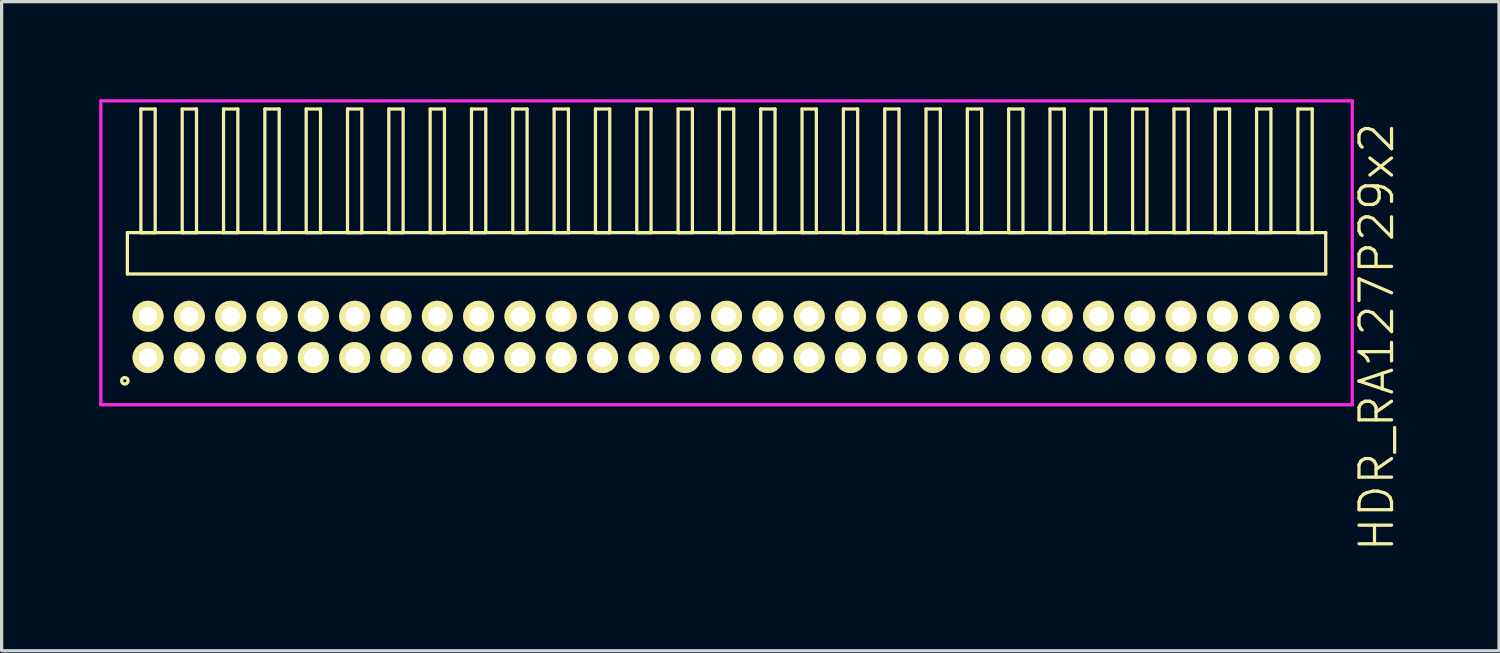
<source format=kicad_pcb>
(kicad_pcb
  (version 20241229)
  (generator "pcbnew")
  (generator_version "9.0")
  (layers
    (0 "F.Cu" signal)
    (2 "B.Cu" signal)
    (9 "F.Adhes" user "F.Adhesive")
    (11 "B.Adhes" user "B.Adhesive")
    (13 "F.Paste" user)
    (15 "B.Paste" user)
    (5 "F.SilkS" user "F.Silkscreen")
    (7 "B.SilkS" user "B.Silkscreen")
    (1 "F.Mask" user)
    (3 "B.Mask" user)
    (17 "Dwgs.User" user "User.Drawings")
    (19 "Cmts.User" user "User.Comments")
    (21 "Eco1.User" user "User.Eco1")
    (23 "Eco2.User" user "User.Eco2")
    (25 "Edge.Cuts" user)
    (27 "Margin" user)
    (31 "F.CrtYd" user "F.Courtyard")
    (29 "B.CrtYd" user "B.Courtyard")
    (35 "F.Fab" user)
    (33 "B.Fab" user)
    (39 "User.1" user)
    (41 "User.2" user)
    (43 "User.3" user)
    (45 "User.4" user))
  (footprint "HDR_RA127P29x2"
    (layer "F.Cu")
    (at 19.28 7.305)
    (property "Reference" "HDR_RA127P29x2" (at 19.98 0 90) (layer "F.SilkS") (effects (font (size 1 1) (thickness 0.1))))
    (attr through_hole)
    (fp_line (start -18.415 -3.205) (end -18.415 -1.935) (stroke (width 0.1) (type solid)) (layer "F.SilkS"))
    (fp_line (start -18.415 -1.935) (end 18.415 -1.935) (stroke (width 0.1) (type solid)) (layer "F.SilkS"))
    (fp_line (start -18 -7.005) (end -18 -3.205) (stroke (width 0.1) (type solid)) (layer "F.SilkS"))
    (fp_line (start -18 -3.205) (end -17.56 -3.205) (stroke (width 0.1) (type solid)) (layer "F.SilkS"))
    (fp_line (start -17.56 -7.005) (end -18 -7.005) (stroke (width 0.1) (type solid)) (layer "F.SilkS"))
    (fp_line (start -17.56 -3.205) (end -17.56 -7.005) (stroke (width 0.1) (type solid)) (layer "F.SilkS"))
    (fp_line (start -16.73 -7.005) (end -16.73 -3.205) (stroke (width 0.1) (type solid)) (layer "F.SilkS"))
    (fp_line (start -16.73 -3.205) (end -16.29 -3.205) (stroke (width 0.1) (type solid)) (layer "F.SilkS"))
    (fp_line (start -16.29 -7.005) (end -16.73 -7.005) (stroke (width 0.1) (type solid)) (layer "F.SilkS"))
    (fp_line (start -16.29 -3.205) (end -16.29 -7.005) (stroke (width 0.1) (type solid)) (layer "F.SilkS"))
    (fp_line (start -15.46 -7.005) (end -15.46 -3.205) (stroke (width 0.1) (type solid)) (layer "F.SilkS"))
    (fp_line (start -15.46 -3.205) (end -15.02 -3.205) (stroke (width 0.1) (type solid)) (layer "F.SilkS"))
    (fp_line (start -15.02 -7.005) (end -15.46 -7.005) (stroke (width 0.1) (type solid)) (layer "F.SilkS"))
    (fp_line (start -15.02 -3.205) (end -15.02 -7.005) (stroke (width 0.1) (type solid)) (layer "F.SilkS"))
    (fp_line (start -14.19 -7.005) (end -14.19 -3.205) (stroke (width 0.1) (type solid)) (layer "F.SilkS"))
    (fp_line (start -14.19 -3.205) (end -13.75 -3.205) (stroke (width 0.1) (type solid)) (layer "F.SilkS"))
    (fp_line (start -13.75 -7.005) (end -14.19 -7.005) (stroke (width 0.1) (type solid)) (layer "F.SilkS"))
    (fp_line (start -13.75 -3.205) (end -13.75 -7.005) (stroke (width 0.1) (type solid)) (layer "F.SilkS"))
    (fp_line (start -12.92 -7.005) (end -12.92 -3.205) (stroke (width 0.1) (type solid)) (layer "F.SilkS"))
    (fp_line (start -12.92 -3.205) (end -12.48 -3.205) (stroke (width 0.1) (type solid)) (layer "F.SilkS"))
    (fp_line (start -12.48 -7.005) (end -12.92 -7.005) (stroke (width 0.1) (type solid)) (layer "F.SilkS"))
    (fp_line (start -12.48 -3.205) (end -12.48 -7.005) (stroke (width 0.1) (type solid)) (layer "F.SilkS"))
    (fp_line (start -11.65 -7.005) (end -11.65 -3.205) (stroke (width 0.1) (type solid)) (layer "F.SilkS"))
    (fp_line (start -11.65 -3.205) (end -11.21 -3.205) (stroke (width 0.1) (type solid)) (layer "F.SilkS"))
    (fp_line (start -11.21 -7.005) (end -11.65 -7.005) (stroke (width 0.1) (type solid)) (layer "F.SilkS"))
    (fp_line (start -11.21 -3.205) (end -11.21 -7.005) (stroke (width 0.1) (type solid)) (layer "F.SilkS"))
    (fp_line (start -10.38 -7.005) (end -10.38 -3.205) (stroke (width 0.1) (type solid)) (layer "F.SilkS"))
    (fp_line (start -10.38 -3.205) (end -9.94 -3.205) (stroke (width 0.1) (type solid)) (layer "F.SilkS"))
    (fp_line (start -9.94 -7.005) (end -10.38 -7.005) (stroke (width 0.1) (type solid)) (layer "F.SilkS"))
    (fp_line (start -9.94 -3.205) (end -9.94 -7.005) (stroke (width 0.1) (type solid)) (layer "F.SilkS"))
    (fp_line (start -9.11 -7.005) (end -9.11 -3.205) (stroke (width 0.1) (type solid)) (layer "F.SilkS"))
    (fp_line (start -9.11 -3.205) (end -8.67 -3.205) (stroke (width 0.1) (type solid)) (layer "F.SilkS"))
    (fp_line (start -8.67 -7.005) (end -9.11 -7.005) (stroke (width 0.1) (type solid)) (layer "F.SilkS"))
    (fp_line (start -8.67 -3.205) (end -8.67 -7.005) (stroke (width 0.1) (type solid)) (layer "F.SilkS"))
    (fp_line (start -7.84 -7.005) (end -7.84 -3.205) (stroke (width 0.1) (type solid)) (layer "F.SilkS"))
    (fp_line (start -7.84 -3.205) (end -7.4 -3.205) (stroke (width 0.1) (type solid)) (layer "F.SilkS"))
    (fp_line (start -7.4 -7.005) (end -7.84 -7.005) (stroke (width 0.1) (type solid)) (layer "F.SilkS"))
    (fp_line (start -7.4 -3.205) (end -7.4 -7.005) (stroke (width 0.1) (type solid)) (layer "F.SilkS"))
    (fp_line (start -6.57 -7.005) (end -6.57 -3.205) (stroke (width 0.1) (type solid)) (layer "F.SilkS"))
    (fp_line (start -6.57 -3.205) (end -6.13 -3.205) (stroke (width 0.1) (type solid)) (layer "F.SilkS"))
    (fp_line (start -6.13 -7.005) (end -6.57 -7.005) (stroke (width 0.1) (type solid)) (layer "F.SilkS"))
    (fp_line (start -6.13 -3.205) (end -6.13 -7.005) (stroke (width 0.1) (type solid)) (layer "F.SilkS"))
    (fp_line (start -5.3 -7.005) (end -5.3 -3.205) (stroke (width 0.1) (type solid)) (layer "F.SilkS"))
    (fp_line (start -5.3 -3.205) (end -4.86 -3.205) (stroke (width 0.1) (type solid)) (layer "F.SilkS"))
    (fp_line (start -4.86 -7.005) (end -5.3 -7.005) (stroke (width 0.1) (type solid)) (layer "F.SilkS"))
    (fp_line (start -4.86 -3.205) (end -4.86 -7.005) (stroke (width 0.1) (type solid)) (layer "F.SilkS"))
    (fp_line (start -4.03 -7.005) (end -4.03 -3.205) (stroke (width 0.1) (type solid)) (layer "F.SilkS"))
    (fp_line (start -4.03 -3.205) (end -3.59 -3.205) (stroke (width 0.1) (type solid)) (layer "F.SilkS"))
    (fp_line (start -3.59 -7.005) (end -4.03 -7.005) (stroke (width 0.1) (type solid)) (layer "F.SilkS"))
    (fp_line (start -3.59 -3.205) (end -3.59 -7.005) (stroke (width 0.1) (type solid)) (layer "F.SilkS"))
    (fp_line (start -2.76 -7.005) (end -2.76 -3.205) (stroke (width 0.1) (type solid)) (layer "F.SilkS"))
    (fp_line (start -2.76 -3.205) (end -2.32 -3.205) (stroke (width 0.1) (type solid)) (layer "F.SilkS"))
    (fp_line (start -2.32 -7.005) (end -2.76 -7.005) (stroke (width 0.1) (type solid)) (layer "F.SilkS"))
    (fp_line (start -2.32 -3.205) (end -2.32 -7.005) (stroke (width 0.1) (type solid)) (layer "F.SilkS"))
    (fp_line (start -1.49 -7.005) (end -1.49 -3.205) (stroke (width 0.1) (type solid)) (layer "F.SilkS"))
    (fp_line (start -1.49 -3.205) (end -1.05 -3.205) (stroke (width 0.1) (type solid)) (layer "F.SilkS"))
    (fp_line (start -1.05 -7.005) (end -1.49 -7.005) (stroke (width 0.1) (type solid)) (layer "F.SilkS"))
    (fp_line (start -1.05 -3.205) (end -1.05 -7.005) (stroke (width 0.1) (type solid)) (layer "F.SilkS"))
    (fp_line (start -0.22 -7.005) (end -0.22 -3.205) (stroke (width 0.1) (type solid)) (layer "F.SilkS"))
    (fp_line (start -0.22 -3.205) (end 0.22 -3.205) (stroke (width 0.1) (type solid)) (layer "F.SilkS"))
    (fp_line (start 0.22 -7.005) (end -0.22 -7.005) (stroke (width 0.1) (type solid)) (layer "F.SilkS"))
    (fp_line (start 0.22 -3.205) (end 0.22 -7.005) (stroke (width 0.1) (type solid)) (layer "F.SilkS"))
    (fp_line (start 1.05 -7.005) (end 1.05 -3.205) (stroke (width 0.1) (type solid)) (layer "F.SilkS"))
    (fp_line (start 1.05 -3.205) (end 1.49 -3.205) (stroke (width 0.1) (type solid)) (layer "F.SilkS"))
    (fp_line (start 1.49 -7.005) (end 1.05 -7.005) (stroke (width 0.1) (type solid)) (layer "F.SilkS"))
    (fp_line (start 1.49 -3.205) (end 1.49 -7.005) (stroke (width 0.1) (type solid)) (layer "F.SilkS"))
    (fp_line (start 2.32 -7.005) (end 2.32 -3.205) (stroke (width 0.1) (type solid)) (layer "F.SilkS"))
    (fp_line (start 2.32 -3.205) (end 2.76 -3.205) (stroke (width 0.1) (type solid)) (layer "F.SilkS"))
    (fp_line (start 2.76 -7.005) (end 2.32 -7.005) (stroke (width 0.1) (type solid)) (layer "F.SilkS"))
    (fp_line (start 2.76 -3.205) (end 2.76 -7.005) (stroke (width 0.1) (type solid)) (layer "F.SilkS"))
    (fp_line (start 3.59 -7.005) (end 3.59 -3.205) (stroke (width 0.1) (type solid)) (layer "F.SilkS"))
    (fp_line (start 3.59 -3.205) (end 4.03 -3.205) (stroke (width 0.1) (type solid)) (layer "F.SilkS"))
    (fp_line (start 4.03 -7.005) (end 3.59 -7.005) (stroke (width 0.1) (type solid)) (layer "F.SilkS"))
    (fp_line (start 4.03 -3.205) (end 4.03 -7.005) (stroke (width 0.1) (type solid)) (layer "F.SilkS"))
    (fp_line (start 4.86 -7.005) (end 4.86 -3.205) (stroke (width 0.1) (type solid)) (layer "F.SilkS"))
    (fp_line (start 4.86 -3.205) (end 5.3 -3.205) (stroke (width 0.1) (type solid)) (layer "F.SilkS"))
    (fp_line (start 5.3 -7.005) (end 4.86 -7.005) (stroke (width 0.1) (type solid)) (layer "F.SilkS"))
    (fp_line (start 5.3 -3.205) (end 5.3 -7.005) (stroke (width 0.1) (type solid)) (layer "F.SilkS"))
    (fp_line (start 6.13 -7.005) (end 6.13 -3.205) (stroke (width 0.1) (type solid)) (layer "F.SilkS"))
    (fp_line (start 6.13 -3.205) (end 6.57 -3.205) (stroke (width 0.1) (type solid)) (layer "F.SilkS"))
    (fp_line (start 6.57 -7.005) (end 6.13 -7.005) (stroke (width 0.1) (type solid)) (layer "F.SilkS"))
    (fp_line (start 6.57 -3.205) (end 6.57 -7.005) (stroke (width 0.1) (type solid)) (layer "F.SilkS"))
    (fp_line (start 7.4 -7.005) (end 7.4 -3.205) (stroke (width 0.1) (type solid)) (layer "F.SilkS"))
    (fp_line (start 7.4 -3.205) (end 7.84 -3.205) (stroke (width 0.1) (type solid)) (layer "F.SilkS"))
    (fp_line (start 7.84 -7.005) (end 7.4 -7.005) (stroke (width 0.1) (type solid)) (layer "F.SilkS"))
    (fp_line (start 7.84 -3.205) (end 7.84 -7.005) (stroke (width 0.1) (type solid)) (layer "F.SilkS"))
    (fp_line (start 8.67 -7.005) (end 8.67 -3.205) (stroke (width 0.1) (type solid)) (layer "F.SilkS"))
    (fp_line (start 8.67 -3.205) (end 9.11 -3.205) (stroke (width 0.1) (type solid)) (layer "F.SilkS"))
    (fp_line (start 9.11 -7.005) (end 8.67 -7.005) (stroke (width 0.1) (type solid)) (layer "F.SilkS"))
    (fp_line (start 9.11 -3.205) (end 9.11 -7.005) (stroke (width 0.1) (type solid)) (layer "F.SilkS"))
    (fp_line (start 9.94 -7.005) (end 9.94 -3.205) (stroke (width 0.1) (type solid)) (layer "F.SilkS"))
    (fp_line (start 9.94 -3.205) (end 10.38 -3.205) (stroke (width 0.1) (type solid)) (layer "F.SilkS"))
    (fp_line (start 10.38 -7.005) (end 9.94 -7.005) (stroke (width 0.1) (type solid)) (layer "F.SilkS"))
    (fp_line (start 10.38 -3.205) (end 10.38 -7.005) (stroke (width 0.1) (type solid)) (layer "F.SilkS"))
    (fp_line (start 11.21 -7.005) (end 11.21 -3.205) (stroke (width 0.1) (type solid)) (layer "F.SilkS"))
    (fp_line (start 11.21 -3.205) (end 11.65 -3.205) (stroke (width 0.1) (type solid)) (layer "F.SilkS"))
    (fp_line (start 11.65 -7.005) (end 11.21 -7.005) (stroke (width 0.1) (type solid)) (layer "F.SilkS"))
    (fp_line (start 11.65 -3.205) (end 11.65 -7.005) (stroke (width 0.1) (type solid)) (layer "F.SilkS"))
    (fp_line (start 12.48 -7.005) (end 12.48 -3.205) (stroke (width 0.1) (type solid)) (layer "F.SilkS"))
    (fp_line (start 12.48 -3.205) (end 12.92 -3.205) (stroke (width 0.1) (type solid)) (layer "F.SilkS"))
    (fp_line (start 12.92 -7.005) (end 12.48 -7.005) (stroke (width 0.1) (type solid)) (layer "F.SilkS"))
    (fp_line (start 12.92 -3.205) (end 12.92 -7.005) (stroke (width 0.1) (type solid)) (layer "F.SilkS"))
    (fp_line (start 13.75 -7.005) (end 13.75 -3.205) (stroke (width 0.1) (type solid)) (layer "F.SilkS"))
    (fp_line (start 13.75 -3.205) (end 14.19 -3.205) (stroke (width 0.1) (type solid)) (layer "F.SilkS"))
    (fp_line (start 14.19 -7.005) (end 13.75 -7.005) (stroke (width 0.1) (type solid)) (layer "F.SilkS"))
    (fp_line (start 14.19 -3.205) (end 14.19 -7.005) (stroke (width 0.1) (type solid)) (layer "F.SilkS"))
    (fp_line (start 15.02 -7.005) (end 15.02 -3.205) (stroke (width 0.1) (type solid)) (layer "F.SilkS"))
    (fp_line (start 15.02 -3.205) (end 15.46 -3.205) (stroke (width 0.1) (type solid)) (layer "F.SilkS"))
    (fp_line (start 15.46 -7.005) (end 15.02 -7.005) (stroke (width 0.1) (type solid)) (layer "F.SilkS"))
    (fp_line (start 15.46 -3.205) (end 15.46 -7.005) (stroke (width 0.1) (type solid)) (layer "F.SilkS"))
    (fp_line (start 16.29 -7.005) (end 16.29 -3.205) (stroke (width 0.1) (type solid)) (layer "F.SilkS"))
    (fp_line (start 16.29 -3.205) (end 16.73 -3.205) (stroke (width 0.1) (type solid)) (layer "F.SilkS"))
    (fp_line (start 16.73 -7.005) (end 16.29 -7.005) (stroke (width 0.1) (type solid)) (layer "F.SilkS"))
    (fp_line (start 16.73 -3.205) (end 16.73 -7.005) (stroke (width 0.1) (type solid)) (layer "F.SilkS"))
    (fp_line (start 17.56 -7.005) (end 17.56 -3.205) (stroke (width 0.1) (type solid)) (layer "F.SilkS"))
    (fp_line (start 17.56 -3.205) (end 18 -3.205) (stroke (width 0.1) (type solid)) (layer "F.SilkS"))
    (fp_line (start 18 -7.005) (end 17.56 -7.005) (stroke (width 0.1) (type solid)) (layer "F.SilkS"))
    (fp_line (start 18 -3.205) (end 18 -7.005) (stroke (width 0.1) (type solid)) (layer "F.SilkS"))
    (fp_line (start 18.415 -3.205) (end -18.415 -3.205) (stroke (width 0.1) (type solid)) (layer "F.SilkS"))
    (fp_line (start 18.415 -1.935) (end 18.415 -3.205) (stroke (width 0.1) (type solid)) (layer "F.SilkS"))
    (fp_circle (center -18.493 1.348) (end -18.393 1.348) (stroke (width 0.1) (type solid)) (fill no) (layer "F.SilkS"))
    (fp_line (start -19.23 -7.255) (end -19.23 2.085) (stroke (width 0.1) (type solid)) (layer "F.CrtYd"))
    (fp_line (start -19.23 2.085) (end 19.23 2.085) (stroke (width 0.1) (type solid)) (layer "F.CrtYd"))
    (fp_line (start 19.23 -7.255) (end -19.23 -7.255) (stroke (width 0.1) (type solid)) (layer "F.CrtYd"))
    (fp_line (start 19.23 2.085) (end 19.23 -7.255) (stroke (width 0.1) (type solid)) (layer "F.CrtYd"))
    (pad "1" thru_hole oval (at -17.78 0.635) (size 0.95 0.95) (drill 0.57) (layers "*.Cu" "*.Mask" "F.SilkS"))
    (pad "2" thru_hole oval (at -17.78 -0.635) (size 0.95 0.95) (drill 0.57) (layers "*.Cu" "*.Mask" "F.SilkS"))
    (pad "3" thru_hole oval (at -16.51 0.635) (size 0.95 0.95) (drill 0.57) (layers "*.Cu" "*.Mask" "F.SilkS"))
    (pad "4" thru_hole oval (at -16.51 -0.635) (size 0.95 0.95) (drill 0.57) (layers "*.Cu" "*.Mask" "F.SilkS"))
    (pad "5" thru_hole oval (at -15.24 0.635) (size 0.95 0.95) (drill 0.57) (layers "*.Cu" "*.Mask" "F.SilkS"))
    (pad "6" thru_hole oval (at -15.24 -0.635) (size 0.95 0.95) (drill 0.57) (layers "*.Cu" "*.Mask" "F.SilkS"))
    (pad "7" thru_hole oval (at -13.97 0.635) (size 0.95 0.95) (drill 0.57) (layers "*.Cu" "*.Mask" "F.SilkS"))
    (pad "8" thru_hole oval (at -13.97 -0.635) (size 0.95 0.95) (drill 0.57) (layers "*.Cu" "*.Mask" "F.SilkS"))
    (pad "9" thru_hole oval (at -12.7 0.635) (size 0.95 0.95) (drill 0.57) (layers "*.Cu" "*.Mask" "F.SilkS"))
    (pad "10" thru_hole oval (at -12.7 -0.635) (size 0.95 0.95) (drill 0.57) (layers "*.Cu" "*.Mask" "F.SilkS"))
    (pad "11" thru_hole oval (at -11.43 0.635) (size 0.95 0.95) (drill 0.57) (layers "*.Cu" "*.Mask" "F.SilkS"))
    (pad "12" thru_hole oval (at -11.43 -0.635) (size 0.95 0.95) (drill 0.57) (layers "*.Cu" "*.Mask" "F.SilkS"))
    (pad "13" thru_hole oval (at -10.16 0.635) (size 0.95 0.95) (drill 0.57) (layers "*.Cu" "*.Mask" "F.SilkS"))
    (pad "14" thru_hole oval (at -10.16 -0.635) (size 0.95 0.95) (drill 0.57) (layers "*.Cu" "*.Mask" "F.SilkS"))
    (pad "15" thru_hole oval (at -8.89 0.635) (size 0.95 0.95) (drill 0.57) (layers "*.Cu" "*.Mask" "F.SilkS"))
    (pad "16" thru_hole oval (at -8.89 -0.635) (size 0.95 0.95) (drill 0.57) (layers "*.Cu" "*.Mask" "F.SilkS"))
    (pad "17" thru_hole oval (at -7.62 0.635) (size 0.95 0.95) (drill 0.57) (layers "*.Cu" "*.Mask" "F.SilkS"))
    (pad "18" thru_hole oval (at -7.62 -0.635) (size 0.95 0.95) (drill 0.57) (layers "*.Cu" "*.Mask" "F.SilkS"))
    (pad "19" thru_hole oval (at -6.35 0.635) (size 0.95 0.95) (drill 0.57) (layers "*.Cu" "*.Mask" "F.SilkS"))
    (pad "20" thru_hole oval (at -6.35 -0.635) (size 0.95 0.95) (drill 0.57) (layers "*.Cu" "*.Mask" "F.SilkS"))
    (pad "21" thru_hole oval (at -5.08 0.635) (size 0.95 0.95) (drill 0.57) (layers "*.Cu" "*.Mask" "F.SilkS"))
    (pad "22" thru_hole oval (at -5.08 -0.635) (size 0.95 0.95) (drill 0.57) (layers "*.Cu" "*.Mask" "F.SilkS"))
    (pad "23" thru_hole oval (at -3.81 0.635) (size 0.95 0.95) (drill 0.57) (layers "*.Cu" "*.Mask" "F.SilkS"))
    (pad "24" thru_hole oval (at -3.81 -0.635) (size 0.95 0.95) (drill 0.57) (layers "*.Cu" "*.Mask" "F.SilkS"))
    (pad "25" thru_hole oval (at -2.54 0.635) (size 0.95 0.95) (drill 0.57) (layers "*.Cu" "*.Mask" "F.SilkS"))
    (pad "26" thru_hole oval (at -2.54 -0.635) (size 0.95 0.95) (drill 0.57) (layers "*.Cu" "*.Mask" "F.SilkS"))
    (pad "27" thru_hole oval (at -1.27 0.635) (size 0.95 0.95) (drill 0.57) (layers "*.Cu" "*.Mask" "F.SilkS"))
    (pad "28" thru_hole oval (at -1.27 -0.635) (size 0.95 0.95) (drill 0.57) (layers "*.Cu" "*.Mask" "F.SilkS"))
    (pad "29" thru_hole oval (at 0 0.635) (size 0.95 0.95) (drill 0.57) (layers "*.Cu" "*.Mask" "F.SilkS"))
    (pad "30" thru_hole oval (at 0 -0.635) (size 0.95 0.95) (drill 0.57) (layers "*.Cu" "*.Mask" "F.SilkS"))
    (pad "31" thru_hole oval (at 1.27 0.635) (size 0.95 0.95) (drill 0.57) (layers "*.Cu" "*.Mask" "F.SilkS"))
    (pad "32" thru_hole oval (at 1.27 -0.635) (size 0.95 0.95) (drill 0.57) (layers "*.Cu" "*.Mask" "F.SilkS"))
    (pad "33" thru_hole oval (at 2.54 0.635) (size 0.95 0.95) (drill 0.57) (layers "*.Cu" "*.Mask" "F.SilkS"))
    (pad "34" thru_hole oval (at 2.54 -0.635) (size 0.95 0.95) (drill 0.57) (layers "*.Cu" "*.Mask" "F.SilkS"))
    (pad "35" thru_hole oval (at 3.81 0.635) (size 0.95 0.95) (drill 0.57) (layers "*.Cu" "*.Mask" "F.SilkS"))
    (pad "36" thru_hole oval (at 3.81 -0.635) (size 0.95 0.95) (drill 0.57) (layers "*.Cu" "*.Mask" "F.SilkS"))
    (pad "37" thru_hole oval (at 5.08 0.635) (size 0.95 0.95) (drill 0.57) (layers "*.Cu" "*.Mask" "F.SilkS"))
    (pad "38" thru_hole oval (at 5.08 -0.635) (size 0.95 0.95) (drill 0.57) (layers "*.Cu" "*.Mask" "F.SilkS"))
    (pad "39" thru_hole oval (at 6.35 0.635) (size 0.95 0.95) (drill 0.57) (layers "*.Cu" "*.Mask" "F.SilkS"))
    (pad "40" thru_hole oval (at 6.35 -0.635) (size 0.95 0.95) (drill 0.57) (layers "*.Cu" "*.Mask" "F.SilkS"))
    (pad "41" thru_hole oval (at 7.62 0.635) (size 0.95 0.95) (drill 0.57) (layers "*.Cu" "*.Mask" "F.SilkS"))
    (pad "42" thru_hole oval (at 7.62 -0.635) (size 0.95 0.95) (drill 0.57) (layers "*.Cu" "*.Mask" "F.SilkS"))
    (pad "43" thru_hole oval (at 8.89 0.635) (size 0.95 0.95) (drill 0.57) (layers "*.Cu" "*.Mask" "F.SilkS"))
    (pad "44" thru_hole oval (at 8.89 -0.635) (size 0.95 0.95) (drill 0.57) (layers "*.Cu" "*.Mask" "F.SilkS"))
    (pad "45" thru_hole oval (at 10.16 0.635) (size 0.95 0.95) (drill 0.57) (layers "*.Cu" "*.Mask" "F.SilkS"))
    (pad "46" thru_hole oval (at 10.16 -0.635) (size 0.95 0.95) (drill 0.57) (layers "*.Cu" "*.Mask" "F.SilkS"))
    (pad "47" thru_hole oval (at 11.43 0.635) (size 0.95 0.95) (drill 0.57) (layers "*.Cu" "*.Mask" "F.SilkS"))
    (pad "48" thru_hole oval (at 11.43 -0.635) (size 0.95 0.95) (drill 0.57) (layers "*.Cu" "*.Mask" "F.SilkS"))
    (pad "49" thru_hole oval (at 12.7 0.635) (size 0.95 0.95) (drill 0.57) (layers "*.Cu" "*.Mask" "F.SilkS"))
    (pad "50" thru_hole oval (at 12.7 -0.635) (size 0.95 0.95) (drill 0.57) (layers "*.Cu" "*.Mask" "F.SilkS"))
    (pad "51" thru_hole oval (at 13.97 0.635) (size 0.95 0.95) (drill 0.57) (layers "*.Cu" "*.Mask" "F.SilkS"))
    (pad "52" thru_hole oval (at 13.97 -0.635) (size 0.95 0.95) (drill 0.57) (layers "*.Cu" "*.Mask" "F.SilkS"))
    (pad "53" thru_hole oval (at 15.24 0.635) (size 0.95 0.95) (drill 0.57) (layers "*.Cu" "*.Mask" "F.SilkS"))
    (pad "54" thru_hole oval (at 15.24 -0.635) (size 0.95 0.95) (drill 0.57) (layers "*.Cu" "*.Mask" "F.SilkS"))
    (pad "55" thru_hole oval (at 16.51 0.635) (size 0.95 0.95) (drill 0.57) (layers "*.Cu" "*.Mask" "F.SilkS"))
    (pad "56" thru_hole oval (at 16.51 -0.635) (size 0.95 0.95) (drill 0.57) (layers "*.Cu" "*.Mask" "F.SilkS"))
    (pad "57" thru_hole oval (at 17.78 0.635) (size 0.95 0.95) (drill 0.57) (layers "*.Cu" "*.Mask" "F.SilkS"))
    (pad "58" thru_hole oval (at 17.78 -0.635) (size 0.95 0.95) (drill 0.57) (layers "*.Cu" "*.Mask" "F.SilkS")))
  (gr_rect
    (start -3 -3)
    (end 43.02 16.95)
    (stroke (width 0.1) (type default))
    (fill no)
    (layer "Edge.Cuts")))
</source>
